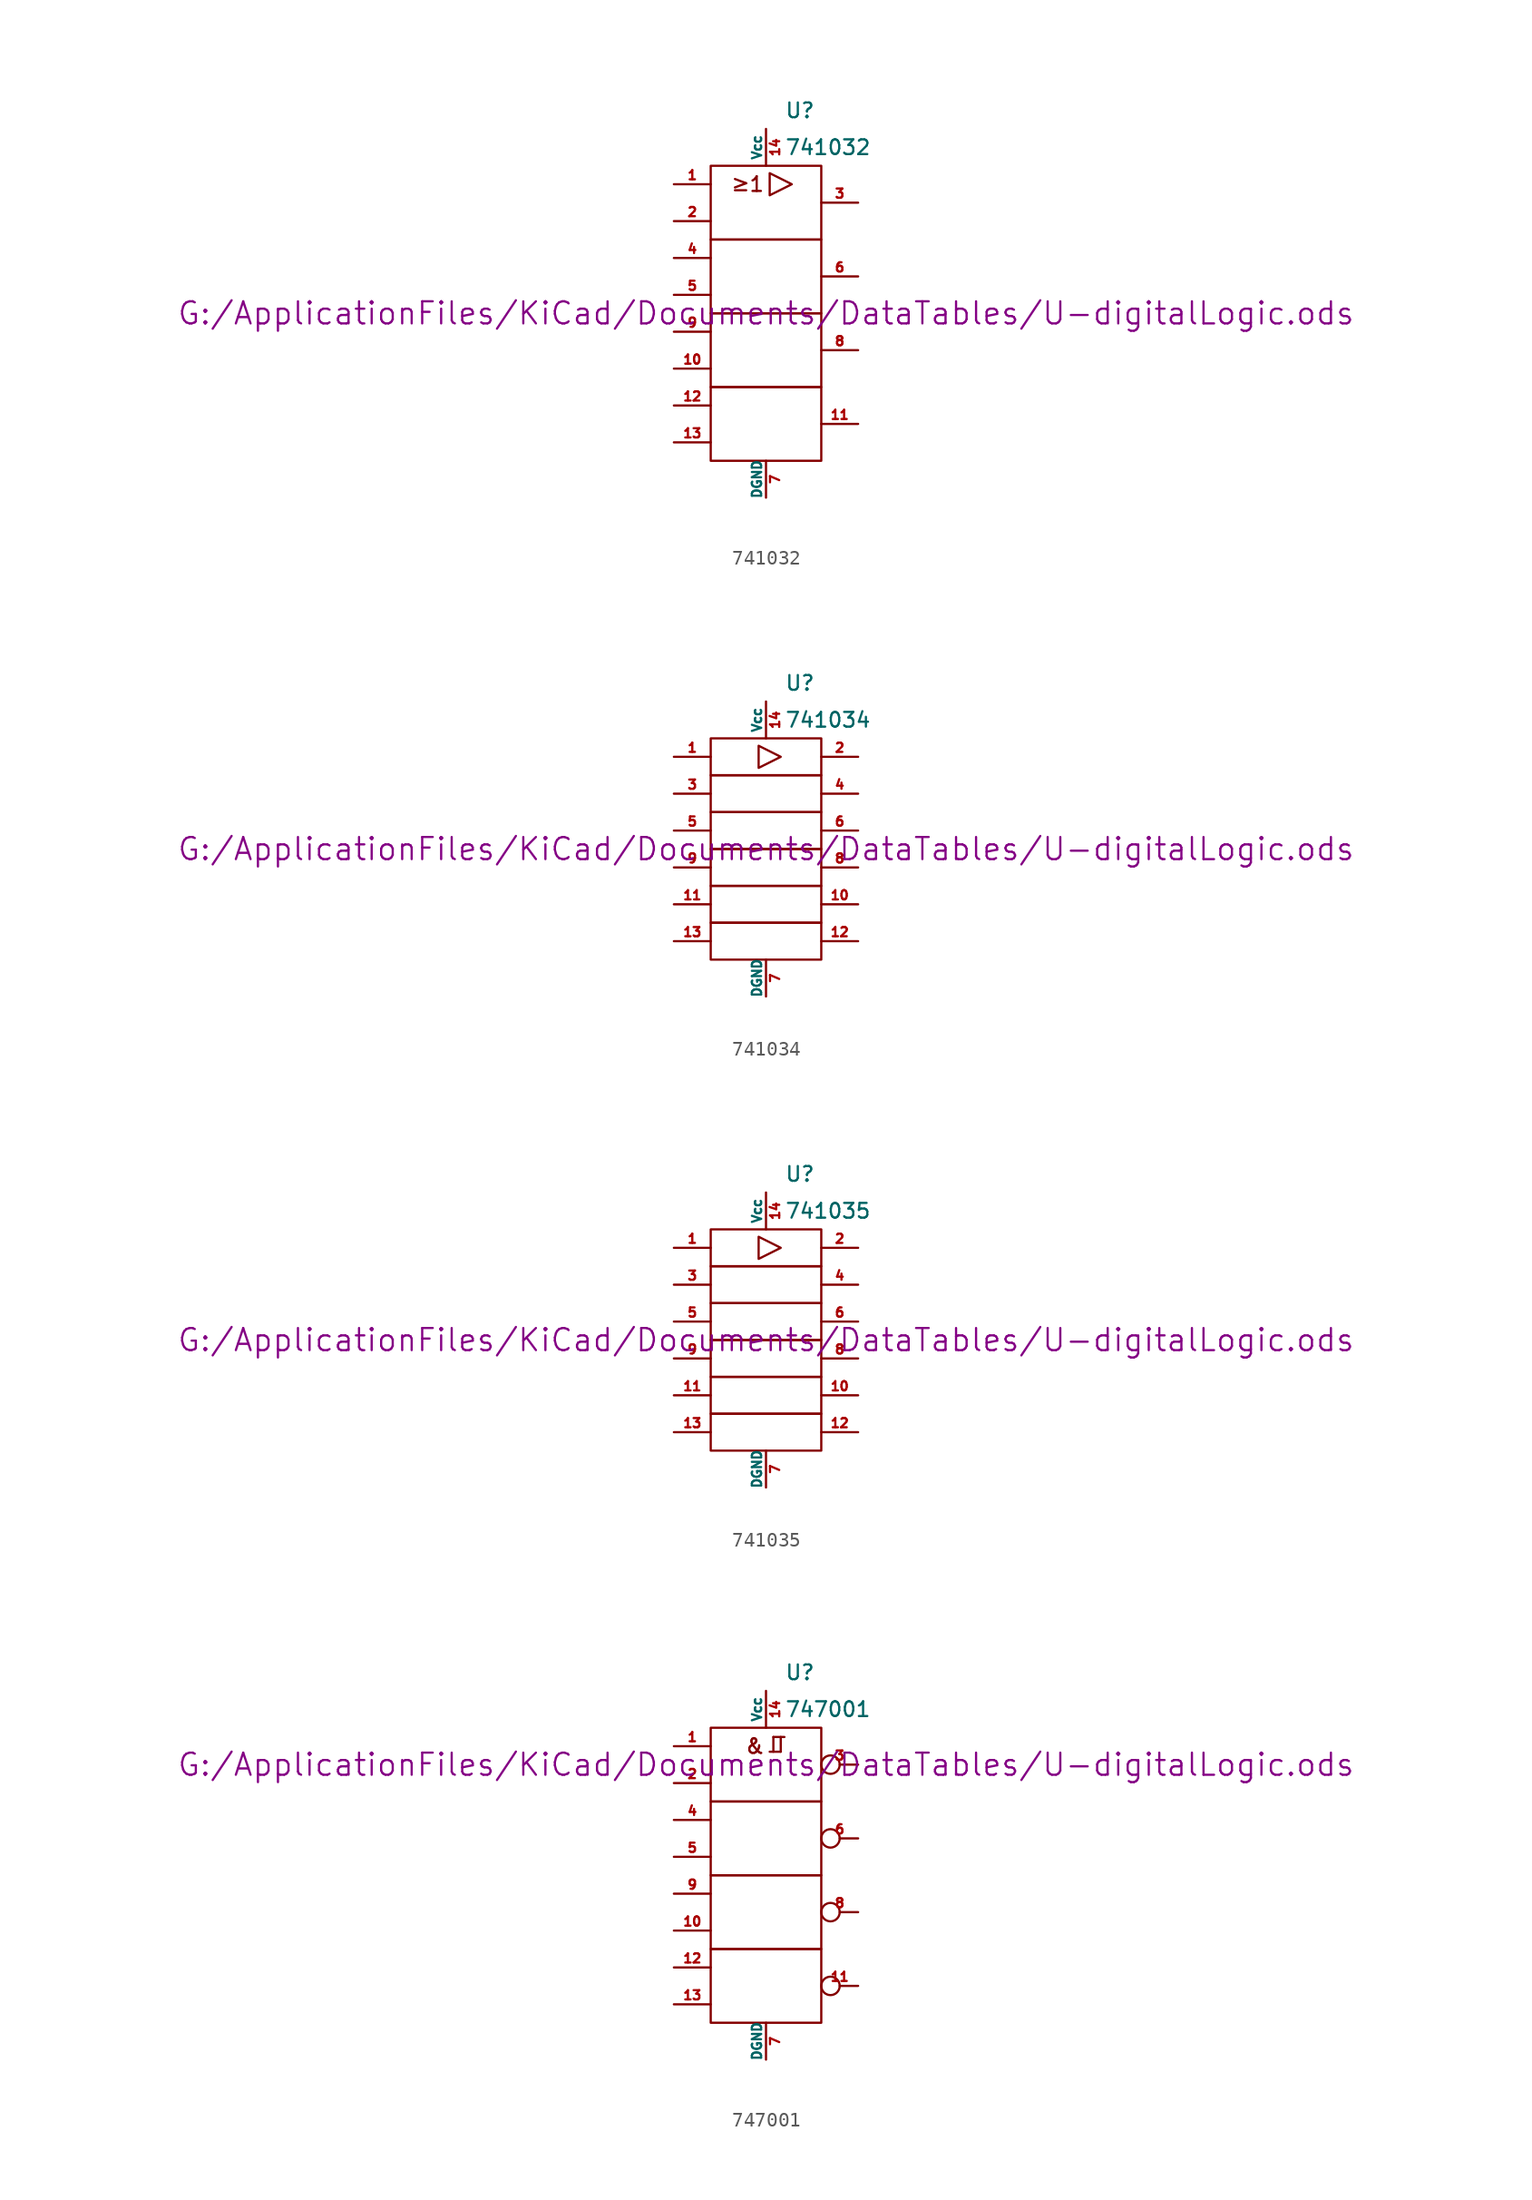
<source format=kicad_sym>
(kicad_symbol_lib
  (version 20211014)
  (generator kicad_symbol_editor)
  (symbol "741032"
    (pin_names
      (offset 0))
    (property "Reference" "U"
      (at 1.27 13.97 0)
      (effects (font (size 1.016 1.016)) (justify left)))
    (property "Value" "741032"
      (at 1.27 11.43 0)
      (effects (font (size 1.016 1.016)) (justify left)))
    (property "Footprint" ""
      (at 0 0 0)
      (effects (font (size 1.524 1.524))))
    (property "Datasheet" "G:/ApplicationFiles/KiCad/Documents/DataTables/U-digitalLogic.ods"
      (at 0 0 0)
      (effects (font (size 1.524 1.524))))
    (symbol "741032_0_0"
      (polyline (pts (xy 0.254 9.652) (xy 0.254 8.128) (xy 1.778 8.89) (xy 0.254 9.652)) (stroke (width 0) (type default) (color 0 0 0 0)) (fill (type none)))
      (text "≥1" (at -1.27 8.89 0) (effects (font (size 1.016 1.016)))))
    (symbol "741032_0_1"
      (rectangle (start -3.81 -5.08) (end 3.81 -10.16) (stroke (width 0) (type default) (color 0 0 0 0)) (fill (type none)))
      (rectangle (start -3.81 0) (end 3.81 -5.08) (stroke (width 0) (type default) (color 0 0 0 0)) (fill (type none)))
      (rectangle (start -3.81 5.08) (end 3.81 0) (stroke (width 0) (type default) (color 0 0 0 0)) (fill (type none)))
      (rectangle (start -3.81 10.16) (end 3.81 5.08) (stroke (width 0) (type default) (color 0 0 0 0)) (fill (type none))))
    (symbol "741032_1_1"
      (pin input line (at -6.35 8.89 0) (length 2.54) (name "~" (effects (font (size 0.635 0.635)))) (number "1" (effects (font (size 0.635 0.635)))))
      (pin input line (at -6.35 -3.81 0) (length 2.54) (name "~" (effects (font (size 0.635 0.635)))) (number "10" (effects (font (size 0.635 0.635)))))
      (pin output line (at 6.35 -7.62 180) (length 2.54) (name "~" (effects (font (size 0.635 0.635)))) (number "11" (effects (font (size 0.635 0.635)))))
      (pin input line (at -6.35 -6.35 0) (length 2.54) (name "~" (effects (font (size 0.635 0.635)))) (number "12" (effects (font (size 0.635 0.635)))))
      (pin input line (at -6.35 -8.89 0) (length 2.54) (name "~" (effects (font (size 0.635 0.635)))) (number "13" (effects (font (size 0.635 0.635)))))
      (pin power_in line (at 0 12.7 270) (length 2.54) (name "Vcc" (effects (font (size 0.635 0.635)))) (number "14" (effects (font (size 0.635 0.635)))))
      (pin input line (at -6.35 6.35 0) (length 2.54) (name "~" (effects (font (size 0.635 0.635)))) (number "2" (effects (font (size 0.635 0.635)))))
      (pin output line (at 6.35 7.62 180) (length 2.54) (name "~" (effects (font (size 0.635 0.635)))) (number "3" (effects (font (size 0.635 0.635)))))
      (pin input line (at -6.35 3.81 0) (length 2.54) (name "~" (effects (font (size 0.635 0.635)))) (number "4" (effects (font (size 0.635 0.635)))))
      (pin input line (at -6.35 1.27 0) (length 2.54) (name "~" (effects (font (size 0.635 0.635)))) (number "5" (effects (font (size 0.635 0.635)))))
      (pin output line (at 6.35 2.54 180) (length 2.54) (name "~" (effects (font (size 0.635 0.635)))) (number "6" (effects (font (size 0.635 0.635)))))
      (pin power_in line (at 0 -12.7 90) (length 2.54) (name "DGND" (effects (font (size 0.635 0.635)))) (number "7" (effects (font (size 0.635 0.635)))))
      (pin output line (at 6.35 -2.54 180) (length 2.54) (name "~" (effects (font (size 0.635 0.635)))) (number "8" (effects (font (size 0.635 0.635)))))
      (pin input line (at -6.35 -1.27 0) (length 2.54) (name "~" (effects (font (size 0.635 0.635)))) (number "9" (effects (font (size 0.635 0.635)))))))
  (symbol "741034"
    (pin_names
      (offset 0))
    (property "Reference" "U"
      (at 1.27 11.43 0)
      (effects (font (size 1.016 1.016)) (justify left)))
    (property "Value" "741034"
      (at 1.27 8.89 0)
      (effects (font (size 1.016 1.016)) (justify left)))
    (property "Footprint" ""
      (at 0 0 0)
      (effects (font (size 1.524 1.524))))
    (property "Datasheet" "G:/ApplicationFiles/KiCad/Documents/DataTables/U-digitalLogic.ods"
      (at 0 0 0)
      (effects (font (size 1.524 1.524))))
    (symbol "741034_0_0"
      (polyline (pts (xy -0.508 7.112) (xy -0.508 5.588) (xy 1.016 6.35) (xy -0.508 7.112)) (stroke (width 0) (type default) (color 0 0 0 0)) (fill (type none))))
    (symbol "741034_0_1"
      (rectangle (start -3.81 -5.08) (end 3.81 -7.62) (stroke (width 0) (type default) (color 0 0 0 0)) (fill (type none)))
      (rectangle (start -3.81 -2.54) (end 3.81 -5.08) (stroke (width 0) (type default) (color 0 0 0 0)) (fill (type none)))
      (rectangle (start -3.81 0) (end 3.81 -2.54) (stroke (width 0) (type default) (color 0 0 0 0)) (fill (type none)))
      (rectangle (start -3.81 2.54) (end 3.81 0) (stroke (width 0) (type default) (color 0 0 0 0)) (fill (type none)))
      (rectangle (start -3.81 5.08) (end 3.81 2.54) (stroke (width 0) (type default) (color 0 0 0 0)) (fill (type none)))
      (rectangle (start -3.81 7.62) (end 3.81 5.08) (stroke (width 0) (type default) (color 0 0 0 0)) (fill (type none))))
    (symbol "741034_1_1"
      (pin input line (at -6.35 6.35 0) (length 2.54) (name "~" (effects (font (size 0.635 0.635)))) (number "1" (effects (font (size 0.635 0.635)))))
      (pin output line (at 6.35 -3.81 180) (length 2.54) (name "~" (effects (font (size 0.635 0.635)))) (number "10" (effects (font (size 0.635 0.635)))))
      (pin input line (at -6.35 -3.81 0) (length 2.54) (name "~" (effects (font (size 0.635 0.635)))) (number "11" (effects (font (size 0.635 0.635)))))
      (pin output line (at 6.35 -6.35 180) (length 2.54) (name "~" (effects (font (size 0.635 0.635)))) (number "12" (effects (font (size 0.635 0.635)))))
      (pin input line (at -6.35 -6.35 0) (length 2.54) (name "~" (effects (font (size 0.635 0.635)))) (number "13" (effects (font (size 0.635 0.635)))))
      (pin power_in line (at 0 10.16 270) (length 2.54) (name "Vcc" (effects (font (size 0.635 0.635)))) (number "14" (effects (font (size 0.635 0.635)))))
      (pin output line (at 6.35 6.35 180) (length 2.54) (name "~" (effects (font (size 0.635 0.635)))) (number "2" (effects (font (size 0.635 0.635)))))
      (pin input line (at -6.35 3.81 0) (length 2.54) (name "~" (effects (font (size 0.635 0.635)))) (number "3" (effects (font (size 0.635 0.635)))))
      (pin output line (at 6.35 3.81 180) (length 2.54) (name "~" (effects (font (size 0.635 0.635)))) (number "4" (effects (font (size 0.635 0.635)))))
      (pin input line (at -6.35 1.27 0) (length 2.54) (name "~" (effects (font (size 0.635 0.635)))) (number "5" (effects (font (size 0.635 0.635)))))
      (pin output line (at 6.35 1.27 180) (length 2.54) (name "~" (effects (font (size 0.635 0.635)))) (number "6" (effects (font (size 0.635 0.635)))))
      (pin power_in line (at 0 -10.16 90) (length 2.54) (name "DGND" (effects (font (size 0.635 0.635)))) (number "7" (effects (font (size 0.635 0.635)))))
      (pin output line (at 6.35 -1.27 180) (length 2.54) (name "~" (effects (font (size 0.635 0.635)))) (number "8" (effects (font (size 0.635 0.635)))))
      (pin input line (at -6.35 -1.27 0) (length 2.54) (name "~" (effects (font (size 0.635 0.635)))) (number "9" (effects (font (size 0.635 0.635)))))))
  (symbol "741035"
    (pin_names
      (offset 0))
    (property "Reference" "U"
      (at 1.27 11.43 0)
      (effects (font (size 1.016 1.016)) (justify left)))
    (property "Value" "741035"
      (at 1.27 8.89 0)
      (effects (font (size 1.016 1.016)) (justify left)))
    (property "Footprint" ""
      (at 0 0 0)
      (effects (font (size 1.524 1.524))))
    (property "Datasheet" "G:/ApplicationFiles/KiCad/Documents/DataTables/U-digitalLogic.ods"
      (at 0 0 0)
      (effects (font (size 1.524 1.524))))
    (symbol "741035_0_1"
      (rectangle (start -3.81 -5.08) (end 3.81 -7.62) (stroke (width 0) (type default) (color 0 0 0 0)) (fill (type none)))
      (rectangle (start -3.81 -2.54) (end 3.81 -5.08) (stroke (width 0) (type default) (color 0 0 0 0)) (fill (type none)))
      (rectangle (start -3.81 0) (end 3.81 -2.54) (stroke (width 0) (type default) (color 0 0 0 0)) (fill (type none)))
      (rectangle (start -3.81 2.54) (end 3.81 0) (stroke (width 0) (type default) (color 0 0 0 0)) (fill (type none)))
      (rectangle (start -3.81 5.08) (end 3.81 2.54) (stroke (width 0) (type default) (color 0 0 0 0)) (fill (type none)))
      (rectangle (start -3.81 7.62) (end 3.81 5.08) (stroke (width 0) (type default) (color 0 0 0 0)) (fill (type none)))
      (polyline (pts (xy -0.508 7.112) (xy -0.508 5.588) (xy 1.016 6.35) (xy -0.508 7.112)) (stroke (width 0) (type default) (color 0 0 0 0)) (fill (type none))))
    (symbol "741035_1_1"
      (pin input line (at -6.35 6.35 0) (length 2.54) (name "~" (effects (font (size 0.635 0.635)))) (number "1" (effects (font (size 0.635 0.635)))))
      (pin open_collector line (at 6.35 -3.81 180) (length 2.54) (name "~" (effects (font (size 0.635 0.635)))) (number "10" (effects (font (size 0.635 0.635)))))
      (pin input line (at -6.35 -3.81 0) (length 2.54) (name "~" (effects (font (size 0.635 0.635)))) (number "11" (effects (font (size 0.635 0.635)))))
      (pin open_collector line (at 6.35 -6.35 180) (length 2.54) (name "~" (effects (font (size 0.635 0.635)))) (number "12" (effects (font (size 0.635 0.635)))))
      (pin input line (at -6.35 -6.35 0) (length 2.54) (name "~" (effects (font (size 0.635 0.635)))) (number "13" (effects (font (size 0.635 0.635)))))
      (pin power_in line (at 0 10.16 270) (length 2.54) (name "Vcc" (effects (font (size 0.635 0.635)))) (number "14" (effects (font (size 0.635 0.635)))))
      (pin open_collector line (at 6.35 6.35 180) (length 2.54) (name "~" (effects (font (size 0.635 0.635)))) (number "2" (effects (font (size 0.635 0.635)))))
      (pin input line (at -6.35 3.81 0) (length 2.54) (name "~" (effects (font (size 0.635 0.635)))) (number "3" (effects (font (size 0.635 0.635)))))
      (pin open_collector line (at 6.35 3.81 180) (length 2.54) (name "~" (effects (font (size 0.635 0.635)))) (number "4" (effects (font (size 0.635 0.635)))))
      (pin input line (at -6.35 1.27 0) (length 2.54) (name "~" (effects (font (size 0.635 0.635)))) (number "5" (effects (font (size 0.635 0.635)))))
      (pin open_collector line (at 6.35 1.27 180) (length 2.54) (name "~" (effects (font (size 0.635 0.635)))) (number "6" (effects (font (size 0.635 0.635)))))
      (pin power_in line (at 0 -10.16 90) (length 2.54) (name "DGND" (effects (font (size 0.635 0.635)))) (number "7" (effects (font (size 0.635 0.635)))))
      (pin open_collector line (at 6.35 -1.27 180) (length 2.54) (name "~" (effects (font (size 0.635 0.635)))) (number "8" (effects (font (size 0.635 0.635)))))
      (pin input line (at -6.35 -1.27 0) (length 2.54) (name "~" (effects (font (size 0.635 0.635)))) (number "9" (effects (font (size 0.635 0.635)))))))
  (symbol "747001"
    (pin_names
      (offset 0))
    (property "Reference" "U"
      (at 1.27 13.97 0)
      (effects (font (size 1.016 1.016)) (justify left)))
    (property "Value" "747001"
      (at 1.27 11.43 0)
      (effects (font (size 1.016 1.016)) (justify left)))
    (property "Footprint" ""
      (at 0 7.62 0)
      (effects (font (size 1.524 1.524))))
    (property "Datasheet" "G:/ApplicationFiles/KiCad/Documents/DataTables/U-digitalLogic.ods"
      (at 0 7.62 0)
      (effects (font (size 1.524 1.524))))
    (symbol "747001_0_0"
      (polyline (pts (xy 0.254 8.509) (xy 1.016 8.509)) (stroke (width 0) (type default) (color 0 0 0 0)) (fill (type none)))
      (polyline (pts (xy 0.508 8.509) (xy 0.508 9.525)) (stroke (width 0) (type default) (color 0 0 0 0)) (fill (type none)))
      (polyline (pts (xy 0.508 9.525) (xy 1.27 9.525)) (stroke (width 0) (type default) (color 0 0 0 0)) (fill (type none)))
      (polyline (pts (xy 1.016 8.509) (xy 1.016 9.525)) (stroke (width 0) (type default) (color 0 0 0 0)) (fill (type none)))
      (text "&" (at -0.762 8.89 0) (effects (font (size 1.016 1.016)))))
    (symbol "747001_0_1"
      (rectangle (start -3.81 -5.08) (end 3.81 -10.16) (stroke (width 0) (type default) (color 0 0 0 0)) (fill (type none)))
      (rectangle (start -3.81 0) (end 3.81 -5.08) (stroke (width 0) (type default) (color 0 0 0 0)) (fill (type none)))
      (rectangle (start -3.81 5.08) (end 3.81 0) (stroke (width 0) (type default) (color 0 0 0 0)) (fill (type none)))
      (rectangle (start -3.81 10.16) (end 3.81 5.08) (stroke (width 0) (type default) (color 0 0 0 0)) (fill (type none))))
    (symbol "747001_1_1"
      (pin input line (at -6.35 8.89 0) (length 2.54) (name "~" (effects (font (size 0.635 0.635)))) (number "1" (effects (font (size 0.635 0.635)))))
      (pin input line (at -6.35 -3.81 0) (length 2.54) (name "~" (effects (font (size 0.635 0.635)))) (number "10" (effects (font (size 0.635 0.635)))))
      (pin output inverted (at 6.35 -7.62 180) (length 2.54) (name "~" (effects (font (size 0.635 0.635)))) (number "11" (effects (font (size 0.635 0.635)))))
      (pin input line (at -6.35 -6.35 0) (length 2.54) (name "~" (effects (font (size 0.635 0.635)))) (number "12" (effects (font (size 0.635 0.635)))))
      (pin input line (at -6.35 -8.89 0) (length 2.54) (name "~" (effects (font (size 0.635 0.635)))) (number "13" (effects (font (size 0.635 0.635)))))
      (pin power_in line (at 0 12.7 270) (length 2.54) (name "Vcc" (effects (font (size 0.635 0.635)))) (number "14" (effects (font (size 0.635 0.635)))))
      (pin input line (at -6.35 6.35 0) (length 2.54) (name "~" (effects (font (size 0.635 0.635)))) (number "2" (effects (font (size 0.635 0.635)))))
      (pin output inverted (at 6.35 7.62 180) (length 2.54) (name "~" (effects (font (size 0.635 0.635)))) (number "3" (effects (font (size 0.635 0.635)))))
      (pin input line (at -6.35 3.81 0) (length 2.54) (name "~" (effects (font (size 0.635 0.635)))) (number "4" (effects (font (size 0.635 0.635)))))
      (pin input line (at -6.35 1.27 0) (length 2.54) (name "~" (effects (font (size 0.635 0.635)))) (number "5" (effects (font (size 0.635 0.635)))))
      (pin output inverted (at 6.35 2.54 180) (length 2.54) (name "~" (effects (font (size 0.635 0.635)))) (number "6" (effects (font (size 0.635 0.635)))))
      (pin power_in line (at 0 -12.7 90) (length 2.54) (name "DGND" (effects (font (size 0.635 0.635)))) (number "7" (effects (font (size 0.635 0.635)))))
      (pin output inverted (at 6.35 -2.54 180) (length 2.54) (name "~" (effects (font (size 0.635 0.635)))) (number "8" (effects (font (size 0.635 0.635)))))
      (pin input line (at -6.35 -1.27 0) (length 2.54) (name "~" (effects (font (size 0.635 0.635)))) (number "9" (effects (font (size 0.635 0.635))))))))
</source>
